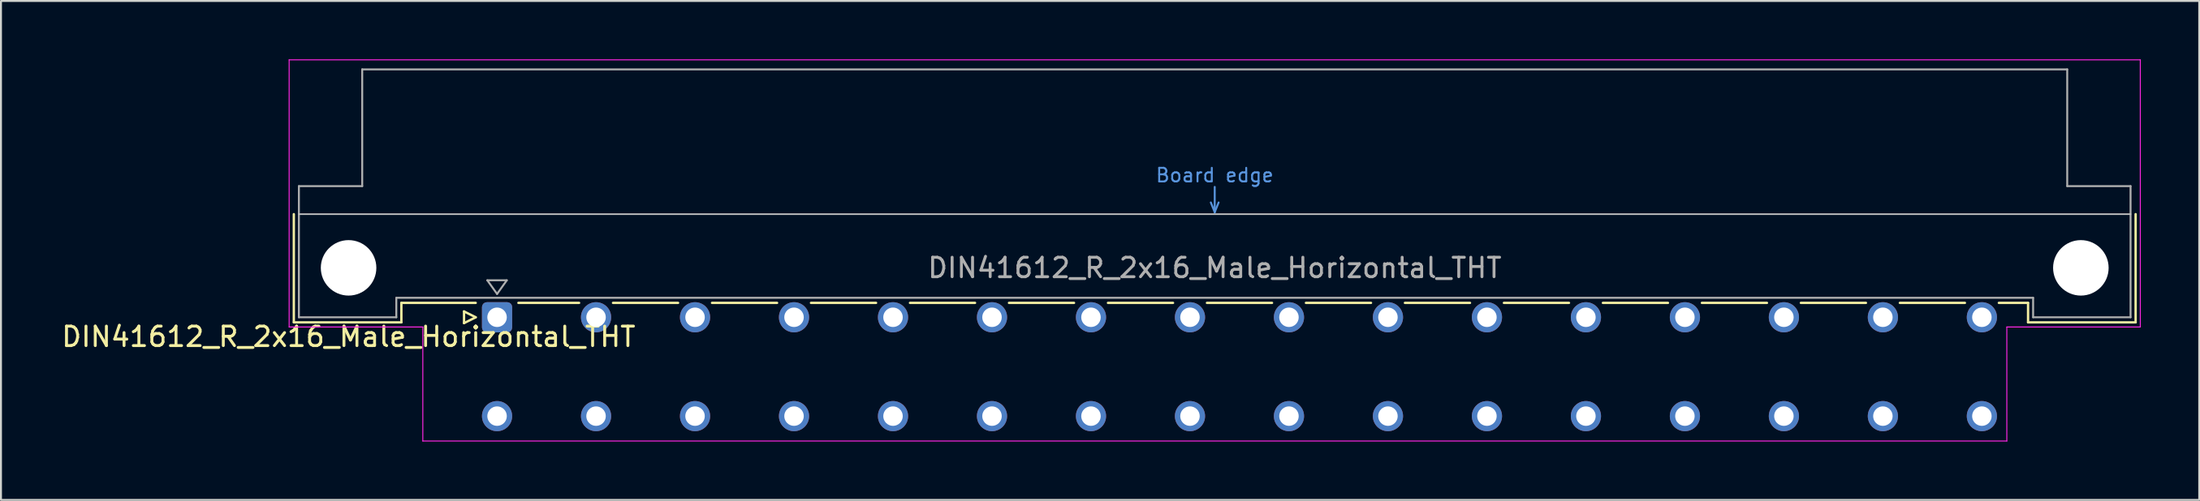
<source format=kicad_pcb>
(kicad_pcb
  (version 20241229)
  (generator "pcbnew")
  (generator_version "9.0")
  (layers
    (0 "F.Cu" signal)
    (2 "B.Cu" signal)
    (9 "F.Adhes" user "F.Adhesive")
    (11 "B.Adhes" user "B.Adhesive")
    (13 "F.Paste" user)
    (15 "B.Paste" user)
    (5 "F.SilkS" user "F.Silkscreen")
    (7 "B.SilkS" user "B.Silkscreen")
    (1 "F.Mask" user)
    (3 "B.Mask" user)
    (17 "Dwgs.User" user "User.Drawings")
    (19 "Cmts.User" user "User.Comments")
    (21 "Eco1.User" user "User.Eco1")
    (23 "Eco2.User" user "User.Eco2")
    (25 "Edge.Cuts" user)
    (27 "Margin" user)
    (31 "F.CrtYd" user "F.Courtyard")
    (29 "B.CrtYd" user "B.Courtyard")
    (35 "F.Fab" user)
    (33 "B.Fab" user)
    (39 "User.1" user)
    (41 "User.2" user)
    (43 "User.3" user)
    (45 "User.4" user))
  (footprint "DIN41612_R_2x16_Male_Horizontal_THT"
    (layer "F.Cu")
    (at 19.919 13.255)
    (property "Reference" "DIN41612_R_2x16_Male_Horizontal_THT" (at -5.08 1 0) (layer "F.SilkS") (effects (font (size 1 1) (thickness 0.15))))
    (attr through_hole)
    (fp_line (start -7.89 -5.3) (end -7.89 0.26) (stroke (width 0.12) (type solid)) (layer "F.SilkS"))
    (fp_line (start -7.89 0.26) (end -2.37 0.26) (stroke (width 0.12) (type solid)) (layer "F.SilkS"))
    (fp_line (start -2.371 -0.74) (end 1.445 -0.74) (stroke (width 0.12) (type solid)) (layer "F.SilkS"))
    (fp_line (start -2.37 0.26) (end -2.37 -0.74) (stroke (width 0.12) (type solid)) (layer "F.SilkS"))
    (fp_line (start 0.845 -0.3) (end 0.845 0.3) (stroke (width 0.12) (type solid)) (layer "F.SilkS"))
    (fp_line (start 0.845 0.3) (end 1.445 0) (stroke (width 0.12) (type solid)) (layer "F.SilkS"))
    (fp_line (start 1.445 0) (end 0.845 -0.3) (stroke (width 0.12) (type solid)) (layer "F.SilkS"))
    (fp_line (start 3.635 -0.74) (end 6.751 -0.74) (stroke (width 0.12) (type solid)) (layer "F.SilkS"))
    (fp_line (start 8.49 -0.74) (end 11.831 -0.74) (stroke (width 0.12) (type solid)) (layer "F.SilkS"))
    (fp_line (start 13.57 -0.74) (end 16.911 -0.74) (stroke (width 0.12) (type solid)) (layer "F.SilkS"))
    (fp_line (start 18.65 -0.74) (end 21.991 -0.74) (stroke (width 0.12) (type solid)) (layer "F.SilkS"))
    (fp_line (start 23.73 -0.74) (end 27.071 -0.74) (stroke (width 0.12) (type solid)) (layer "F.SilkS"))
    (fp_line (start 28.81 -0.74) (end 32.151 -0.74) (stroke (width 0.12) (type solid)) (layer "F.SilkS"))
    (fp_line (start 33.89 -0.74) (end 37.231 -0.74) (stroke (width 0.12) (type solid)) (layer "F.SilkS"))
    (fp_line (start 38.97 -0.74) (end 42.311 -0.74) (stroke (width 0.12) (type solid)) (layer "F.SilkS"))
    (fp_line (start 44.05 -0.74) (end 47.391 -0.74) (stroke (width 0.12) (type solid)) (layer "F.SilkS"))
    (fp_line (start 49.13 -0.74) (end 52.471 -0.74) (stroke (width 0.12) (type solid)) (layer "F.SilkS"))
    (fp_line (start 54.21 -0.74) (end 57.551 -0.74) (stroke (width 0.12) (type solid)) (layer "F.SilkS"))
    (fp_line (start 59.29 -0.74) (end 62.631 -0.74) (stroke (width 0.12) (type solid)) (layer "F.SilkS"))
    (fp_line (start 64.37 -0.74) (end 67.711 -0.74) (stroke (width 0.12) (type solid)) (layer "F.SilkS"))
    (fp_line (start 69.45 -0.74) (end 72.791 -0.74) (stroke (width 0.12) (type solid)) (layer "F.SilkS"))
    (fp_line (start 74.53 -0.74) (end 77.871 -0.74) (stroke (width 0.12) (type solid)) (layer "F.SilkS"))
    (fp_line (start 79.61 -0.74) (end 81.11 -0.74) (stroke (width 0.12) (type solid)) (layer "F.SilkS"))
    (fp_line (start 81.11 0.26) (end 81.11 -0.74) (stroke (width 0.12) (type solid)) (layer "F.SilkS"))
    (fp_line (start 86.63 -5.3) (end 86.63 0.26) (stroke (width 0.12) (type solid)) (layer "F.SilkS"))
    (fp_line (start 86.63 0.26) (end 81.11 0.26) (stroke (width 0.12) (type solid)) (layer "F.SilkS"))
    (fp_line (start -7.63 -5.3) (end 86.37 -5.3) (stroke (width 0.08) (type solid)) (layer "Dwgs.User"))
    (fp_line (start 39.17 -5.9) (end 39.37 -5.4) (stroke (width 0.1) (type solid)) (layer "Cmts.User"))
    (fp_line (start 39.37 -5.4) (end 39.37 -6.7) (stroke (width 0.1) (type solid)) (layer "Cmts.User"))
    (fp_line (start 39.37 -5.4) (end 39.57 -5.9) (stroke (width 0.1) (type solid)) (layer "Cmts.User"))
    (fp_line (start -8.13 -13.23) (end -8.13 0.5) (stroke (width 0.05) (type solid)) (layer "F.CrtYd"))
    (fp_line (start -8.13 0.5) (end -1.27 0.5) (stroke (width 0.05) (type solid)) (layer "F.CrtYd"))
    (fp_line (start -1.27 0.5) (end -1.27 6.36) (stroke (width 0.05) (type solid)) (layer "F.CrtYd"))
    (fp_line (start -1.27 6.36) (end 80.02 6.36) (stroke (width 0.05) (type solid)) (layer "F.CrtYd"))
    (fp_line (start 80.02 0.5) (end 86.87 0.5) (stroke (width 0.05) (type solid)) (layer "F.CrtYd"))
    (fp_line (start 80.02 6.36) (end 80.02 0.5) (stroke (width 0.05) (type solid)) (layer "F.CrtYd"))
    (fp_line (start 86.87 -13.23) (end -8.13 -13.23) (stroke (width 0.05) (type solid)) (layer "F.CrtYd"))
    (fp_line (start 86.87 0.5) (end 86.87 -13.23) (stroke (width 0.05) (type solid)) (layer "F.CrtYd"))
    (fp_line (start -7.63 -6.74) (end -7.63 0) (stroke (width 0.1) (type solid)) (layer "F.Fab"))
    (fp_line (start -7.63 0) (end -2.63 0) (stroke (width 0.1) (type solid)) (layer "F.Fab"))
    (fp_line (start -4.38 -12.74) (end -4.38 -6.74) (stroke (width 0.1) (type solid)) (layer "F.Fab"))
    (fp_line (start -4.38 -6.74) (end -7.63 -6.74) (stroke (width 0.1) (type solid)) (layer "F.Fab"))
    (fp_line (start -2.63 -1) (end 81.37 -1) (stroke (width 0.1) (type solid)) (layer "F.Fab"))
    (fp_line (start -2.63 0) (end -2.63 -1) (stroke (width 0.1) (type solid)) (layer "F.Fab"))
    (fp_line (start 2.04 -1.9) (end 3.04 -1.9) (stroke (width 0.1) (type solid)) (layer "F.Fab"))
    (fp_line (start 2.54 -1.2) (end 2.04 -1.9) (stroke (width 0.1) (type solid)) (layer "F.Fab"))
    (fp_line (start 3.04 -1.9) (end 2.54 -1.2) (stroke (width 0.1) (type solid)) (layer "F.Fab"))
    (fp_line (start 81.37 -1) (end 81.37 0) (stroke (width 0.1) (type solid)) (layer "F.Fab"))
    (fp_line (start 81.37 0) (end 86.37 0) (stroke (width 0.1) (type solid)) (layer "F.Fab"))
    (fp_line (start 83.12 -12.74) (end -4.38 -12.74) (stroke (width 0.1) (type solid)) (layer "F.Fab"))
    (fp_line (start 83.12 -6.74) (end 83.12 -12.74) (stroke (width 0.1) (type solid)) (layer "F.Fab"))
    (fp_line (start 86.37 -6.74) (end 83.12 -6.74) (stroke (width 0.1) (type solid)) (layer "F.Fab"))
    (fp_line (start 86.37 0) (end 86.37 -6.74) (stroke (width 0.1) (type solid)) (layer "F.Fab"))
    (fp_text user "Board edge" (at 39.37 -7.3 0) (layer "Cmts.User") (effects (font (size 0.7 0.7) (thickness 0.1))))
    (fp_text user "${REFERENCE}" (at 39.37 -2.54 0) (layer "F.Fab") (effects (font (size 1 1) (thickness 0.15))))
    (pad "" np_thru_hole circle (at -5.08 -2.54) (size 2.85 2.85) (drill 2.85) (layers "*.Cu" "*.Mask"))
    (pad "" np_thru_hole circle (at 83.82 -2.54) (size 2.85 2.85) (drill 2.85) (layers "*.Cu" "*.Mask"))
    (pad "a2" thru_hole roundrect (at 2.54 0) (size 1.55 1.55) (drill 1) (layers "*.Cu" "*.Mask") (roundrect_rratio 0.161))
    (pad "a4" thru_hole circle (at 7.62 0) (size 1.55 1.55) (drill 1) (layers "*.Cu" "*.Mask"))
    (pad "a6" thru_hole circle (at 12.7 0) (size 1.55 1.55) (drill 1) (layers "*.Cu" "*.Mask"))
    (pad "a8" thru_hole circle (at 17.78 0) (size 1.55 1.55) (drill 1) (layers "*.Cu" "*.Mask"))
    (pad "a10" thru_hole circle (at 22.86 0) (size 1.55 1.55) (drill 1) (layers "*.Cu" "*.Mask"))
    (pad "a12" thru_hole circle (at 27.94 0) (size 1.55 1.55) (drill 1) (layers "*.Cu" "*.Mask"))
    (pad "a14" thru_hole circle (at 33.02 0) (size 1.55 1.55) (drill 1) (layers "*.Cu" "*.Mask"))
    (pad "a16" thru_hole circle (at 38.1 0) (size 1.55 1.55) (drill 1) (layers "*.Cu" "*.Mask"))
    (pad "a18" thru_hole circle (at 43.18 0) (size 1.55 1.55) (drill 1) (layers "*.Cu" "*.Mask"))
    (pad "a20" thru_hole circle (at 48.26 0) (size 1.55 1.55) (drill 1) (layers "*.Cu" "*.Mask"))
    (pad "a22" thru_hole circle (at 53.34 0) (size 1.55 1.55) (drill 1) (layers "*.Cu" "*.Mask"))
    (pad "a24" thru_hole circle (at 58.42 0) (size 1.55 1.55) (drill 1) (layers "*.Cu" "*.Mask"))
    (pad "a26" thru_hole circle (at 63.5 0) (size 1.55 1.55) (drill 1) (layers "*.Cu" "*.Mask"))
    (pad "a28" thru_hole circle (at 68.58 0) (size 1.55 1.55) (drill 1) (layers "*.Cu" "*.Mask"))
    (pad "a30" thru_hole circle (at 73.66 0) (size 1.55 1.55) (drill 1) (layers "*.Cu" "*.Mask"))
    (pad "a32" thru_hole circle (at 78.74 0) (size 1.55 1.55) (drill 1) (layers "*.Cu" "*.Mask"))
    (pad "c2" thru_hole circle (at 2.54 5.08) (size 1.55 1.55) (drill 1) (layers "*.Cu" "*.Mask"))
    (pad "c4" thru_hole circle (at 7.62 5.08) (size 1.55 1.55) (drill 1) (layers "*.Cu" "*.Mask"))
    (pad "c6" thru_hole circle (at 12.7 5.08) (size 1.55 1.55) (drill 1) (layers "*.Cu" "*.Mask"))
    (pad "c8" thru_hole circle (at 17.78 5.08) (size 1.55 1.55) (drill 1) (layers "*.Cu" "*.Mask"))
    (pad "c10" thru_hole circle (at 22.86 5.08) (size 1.55 1.55) (drill 1) (layers "*.Cu" "*.Mask"))
    (pad "c12" thru_hole circle (at 27.94 5.08) (size 1.55 1.55) (drill 1) (layers "*.Cu" "*.Mask"))
    (pad "c14" thru_hole circle (at 33.02 5.08) (size 1.55 1.55) (drill 1) (layers "*.Cu" "*.Mask"))
    (pad "c16" thru_hole circle (at 38.1 5.08) (size 1.55 1.55) (drill 1) (layers "*.Cu" "*.Mask"))
    (pad "c18" thru_hole circle (at 43.18 5.08) (size 1.55 1.55) (drill 1) (layers "*.Cu" "*.Mask"))
    (pad "c20" thru_hole circle (at 48.26 5.08) (size 1.55 1.55) (drill 1) (layers "*.Cu" "*.Mask"))
    (pad "c22" thru_hole circle (at 53.34 5.08) (size 1.55 1.55) (drill 1) (layers "*.Cu" "*.Mask"))
    (pad "c24" thru_hole circle (at 58.42 5.08) (size 1.55 1.55) (drill 1) (layers "*.Cu" "*.Mask"))
    (pad "c26" thru_hole circle (at 63.5 5.08) (size 1.55 1.55) (drill 1) (layers "*.Cu" "*.Mask"))
    (pad "c28" thru_hole circle (at 68.58 5.08) (size 1.55 1.55) (drill 1) (layers "*.Cu" "*.Mask"))
    (pad "c30" thru_hole circle (at 73.66 5.08) (size 1.55 1.55) (drill 1) (layers "*.Cu" "*.Mask"))
    (pad "c32" thru_hole circle (at 78.74 5.08) (size 1.55 1.55) (drill 1) (layers "*.Cu" "*.Mask")))
  (gr_rect
    (start -3 -3)
    (end 109.814 22.64)
    (stroke (width 0.1) (type default))
    (fill no)
    (layer "Edge.Cuts")))
</source>
